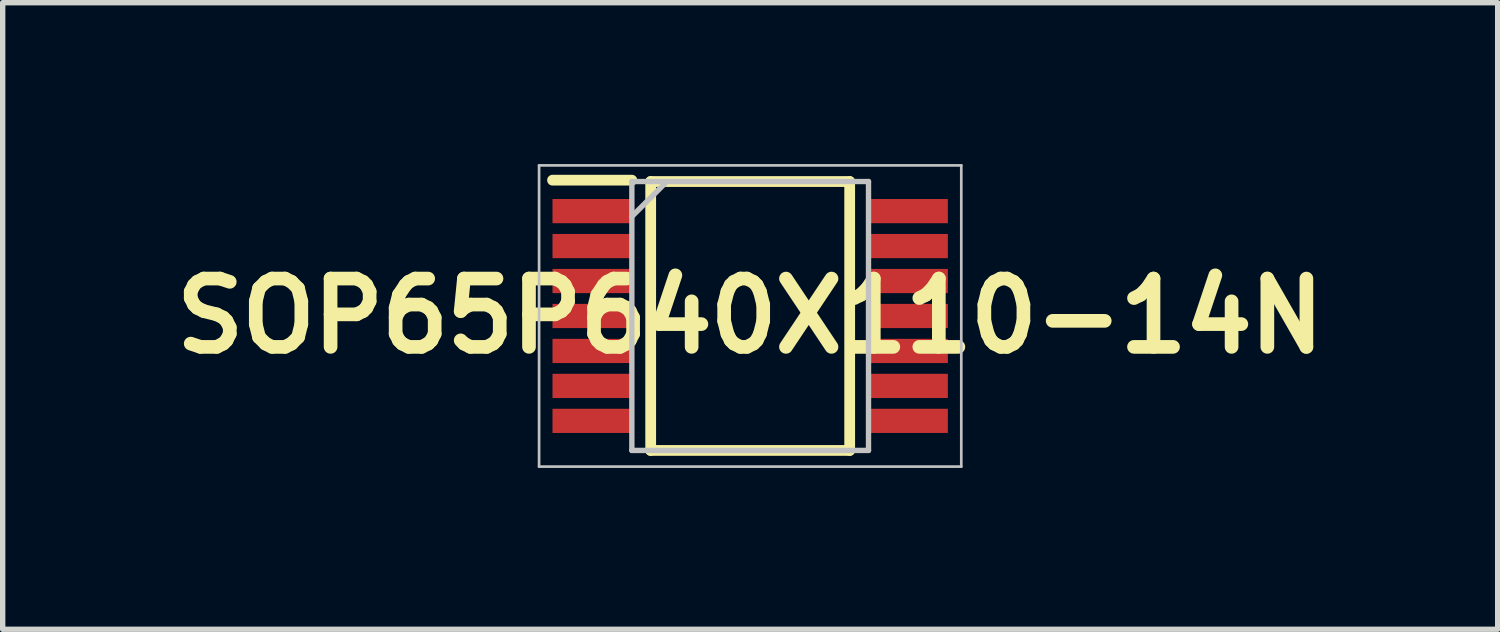
<source format=kicad_pcb>
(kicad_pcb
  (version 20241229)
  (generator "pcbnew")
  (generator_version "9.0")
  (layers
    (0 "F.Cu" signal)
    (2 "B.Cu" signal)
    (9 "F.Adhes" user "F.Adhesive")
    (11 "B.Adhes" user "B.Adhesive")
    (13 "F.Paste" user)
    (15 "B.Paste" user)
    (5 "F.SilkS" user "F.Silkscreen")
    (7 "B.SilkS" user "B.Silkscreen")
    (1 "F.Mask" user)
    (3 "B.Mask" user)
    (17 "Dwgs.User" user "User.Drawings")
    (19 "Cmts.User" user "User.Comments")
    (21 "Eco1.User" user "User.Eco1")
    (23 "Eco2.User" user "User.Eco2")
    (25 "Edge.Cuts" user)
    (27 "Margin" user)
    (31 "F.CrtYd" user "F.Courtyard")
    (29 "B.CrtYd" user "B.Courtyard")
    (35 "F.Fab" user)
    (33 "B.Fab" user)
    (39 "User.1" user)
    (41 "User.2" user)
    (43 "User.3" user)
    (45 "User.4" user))
  (footprint "SOP65P640X110-14N"
    (layer "F.Cu")
    (at 10.898 2.825)
    (property "Reference" "SOP65P640X110-14N" (at 0 0 0) (layer "F.SilkS") (effects (font (size 1.27 1.27) (thickness 0.254))))
    (attr smd)
    (fp_line (start -3.675 -2.525) (end -2.2 -2.525) (stroke (width 0.2) (type solid)) (layer "F.SilkS"))
    (fp_line (start -1.85 -2.5) (end 1.85 -2.5) (stroke (width 0.2) (type solid)) (layer "F.SilkS"))
    (fp_line (start -1.85 2.5) (end -1.85 -2.5) (stroke (width 0.2) (type solid)) (layer "F.SilkS"))
    (fp_line (start 1.85 -2.5) (end 1.85 2.5) (stroke (width 0.2) (type solid)) (layer "F.SilkS"))
    (fp_line (start 1.85 2.5) (end -1.85 2.5) (stroke (width 0.2) (type solid)) (layer "F.SilkS"))
    (fp_line (start -3.925 -2.8) (end 3.925 -2.8) (stroke (width 0.05) (type solid)) (layer "Dwgs.User"))
    (fp_line (start -3.925 2.8) (end -3.925 -2.8) (stroke (width 0.05) (type solid)) (layer "Dwgs.User"))
    (fp_line (start -2.2 -2.5) (end 2.2 -2.5) (stroke (width 0.1) (type solid)) (layer "Dwgs.User"))
    (fp_line (start -2.2 -1.85) (end -1.55 -2.5) (stroke (width 0.1) (type solid)) (layer "Dwgs.User"))
    (fp_line (start -2.2 2.5) (end -2.2 -2.5) (stroke (width 0.1) (type solid)) (layer "Dwgs.User"))
    (fp_line (start 2.2 -2.5) (end 2.2 2.5) (stroke (width 0.1) (type solid)) (layer "Dwgs.User"))
    (fp_line (start 2.2 2.5) (end -2.2 2.5) (stroke (width 0.1) (type solid)) (layer "Dwgs.User"))
    (fp_line (start 3.925 -2.8) (end 3.925 2.8) (stroke (width 0.05) (type solid)) (layer "Dwgs.User"))
    (fp_line (start 3.925 2.8) (end -3.925 2.8) (stroke (width 0.05) (type solid)) (layer "Dwgs.User"))
    (pad "1" smd rect (at -2.938 -1.95 90) (size 0.45 1.475) (layers "F.Cu" "F.Mask" "F.Paste"))
    (pad "2" smd rect (at -2.938 -1.3 90) (size 0.45 1.475) (layers "F.Cu" "F.Mask" "F.Paste"))
    (pad "3" smd rect (at -2.938 -0.65 90) (size 0.45 1.475) (layers "F.Cu" "F.Mask" "F.Paste"))
    (pad "4" smd rect (at -2.938 0 90) (size 0.45 1.475) (layers "F.Cu" "F.Mask" "F.Paste"))
    (pad "5" smd rect (at -2.938 0.65 90) (size 0.45 1.475) (layers "F.Cu" "F.Mask" "F.Paste"))
    (pad "6" smd rect (at -2.938 1.3 90) (size 0.45 1.475) (layers "F.Cu" "F.Mask" "F.Paste"))
    (pad "7" smd rect (at -2.938 1.95 90) (size 0.45 1.475) (layers "F.Cu" "F.Mask" "F.Paste"))
    (pad "8" smd rect (at 2.938 1.95 90) (size 0.45 1.475) (layers "F.Cu" "F.Mask" "F.Paste"))
    (pad "9" smd rect (at 2.938 1.3 90) (size 0.45 1.475) (layers "F.Cu" "F.Mask" "F.Paste"))
    (pad "10" smd rect (at 2.938 0.65 90) (size 0.45 1.475) (layers "F.Cu" "F.Mask" "F.Paste"))
    (pad "11" smd rect (at 2.938 0 90) (size 0.45 1.475) (layers "F.Cu" "F.Mask" "F.Paste"))
    (pad "12" smd rect (at 2.938 -0.65 90) (size 0.45 1.475) (layers "F.Cu" "F.Mask" "F.Paste"))
    (pad "13" smd rect (at 2.938 -1.3 90) (size 0.45 1.475) (layers "F.Cu" "F.Mask" "F.Paste"))
    (pad "14" smd rect (at 2.938 -1.95 90) (size 0.45 1.475) (layers "F.Cu" "F.Mask" "F.Paste")))
  (gr_rect
    (start -3 -3)
    (end 24.796 8.65)
    (stroke (width 0.1) (type default))
    (fill no)
    (layer "Edge.Cuts")))
</source>
